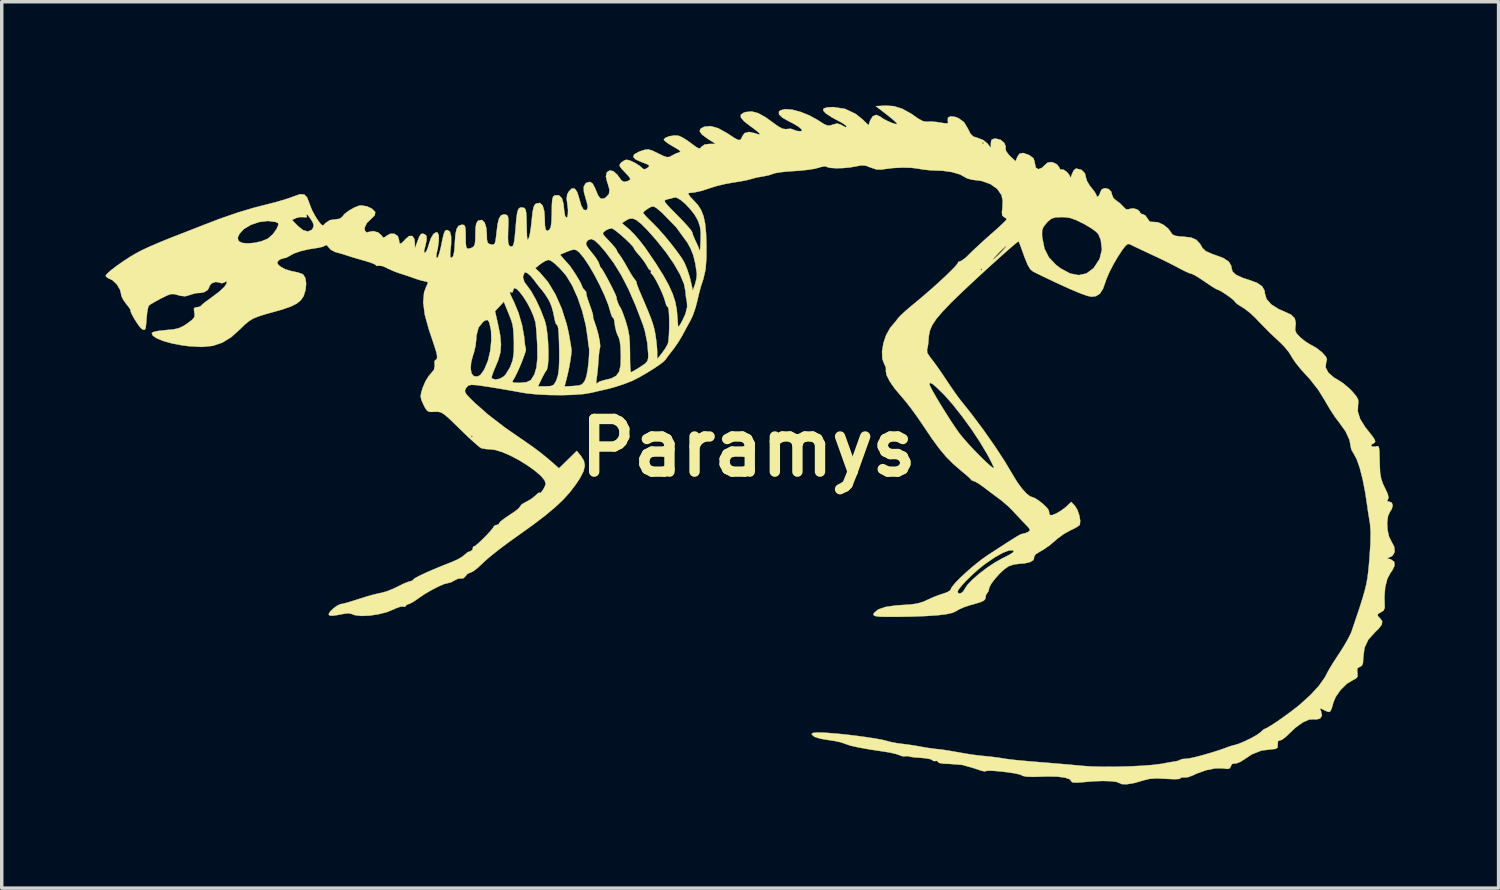
<source format=kicad_pcb>
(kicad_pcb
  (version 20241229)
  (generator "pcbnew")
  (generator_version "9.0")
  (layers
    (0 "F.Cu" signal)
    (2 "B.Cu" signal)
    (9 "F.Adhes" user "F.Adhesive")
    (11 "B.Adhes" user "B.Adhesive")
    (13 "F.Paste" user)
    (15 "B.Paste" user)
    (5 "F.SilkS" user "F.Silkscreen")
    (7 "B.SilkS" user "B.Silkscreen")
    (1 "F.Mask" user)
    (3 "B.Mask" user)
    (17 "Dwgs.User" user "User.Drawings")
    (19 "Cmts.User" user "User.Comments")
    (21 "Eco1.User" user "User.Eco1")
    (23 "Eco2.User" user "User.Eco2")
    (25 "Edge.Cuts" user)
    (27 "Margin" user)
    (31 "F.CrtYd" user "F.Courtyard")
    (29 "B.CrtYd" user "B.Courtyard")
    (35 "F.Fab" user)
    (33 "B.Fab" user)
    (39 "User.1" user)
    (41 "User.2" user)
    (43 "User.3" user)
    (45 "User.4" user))
  (footprint "Paramys"
    (layer "F.Cu")
    (at 18.598 9.901)
    (property "Reference" "Paramys" (at 0 0 0) (layer "F.SilkS") (effects (font (size 1.524 1.524) (thickness 0.3))))
    (attr through_hole)
    (fp_poly (pts (xy 4.205 -9.881) (xy 4.442 -9.807) (xy 4.702 -9.665) (xy 4.908 -9.521) (xy 5.048 -9.445) (xy 5.163 -9.429) (xy 5.166 -9.43) (xy 5.273 -9.436) (xy 5.434 -9.423) (xy 5.53 -9.408) (xy 5.682 -9.384) (xy 5.756 -9.384) (xy 5.774 -9.414) (xy 5.764 -9.456) (xy 5.769 -9.547) (xy 5.846 -9.587) (xy 5.979 -9.57) (xy 6.077 -9.532) (xy 6.232 -9.418) (xy 6.345 -9.231) (xy 6.349 -9.223) (xy 6.422 -9.079) (xy 6.501 -9.003) (xy 6.619 -8.965) (xy 6.627 -8.963) (xy 6.792 -8.899) (xy 6.91 -8.801) (xy 7.01 -8.673) (xy 7.01 -8.807) (xy 7.026 -8.903) (xy 7.094 -8.938) (xy 7.16 -8.941) (xy 7.293 -8.906) (xy 7.396 -8.819) (xy 7.441 -8.71) (xy 7.433 -8.656) (xy 7.45 -8.58) (xy 7.527 -8.476) (xy 7.566 -8.436) (xy 7.726 -8.286) (xy 7.773 -8.41) (xy 7.839 -8.507) (xy 7.942 -8.527) (xy 8.099 -8.473) (xy 8.131 -8.457) (xy 8.244 -8.371) (xy 8.28 -8.252) (xy 8.28 -8.234) (xy 8.309 -8.103) (xy 8.384 -8.056) (xy 8.489 -8.098) (xy 8.551 -8.158) (xy 8.649 -8.247) (xy 8.751 -8.263) (xy 8.809 -8.252) (xy 8.922 -8.196) (xy 8.979 -8.121) (xy 9.014 -8.054) (xy 9.04 -8.05) (xy 9.111 -8.043) (xy 9.202 -7.982) (xy 9.277 -7.896) (xy 9.301 -7.833) (xy 9.315 -7.817) (xy 9.345 -7.884) (xy 9.353 -7.912) (xy 9.408 -8.027) (xy 9.475 -8.077) (xy 9.479 -8.077) (xy 9.631 -8.038) (xy 9.73 -7.938) (xy 9.754 -7.841) (xy 9.787 -7.72) (xy 9.872 -7.578) (xy 9.906 -7.536) (xy 9.998 -7.421) (xy 10.052 -7.334) (xy 10.058 -7.313) (xy 10.08 -7.262) (xy 10.125 -7.281) (xy 10.163 -7.351) (xy 10.169 -7.378) (xy 10.219 -7.476) (xy 10.311 -7.509) (xy 10.412 -7.485) (xy 10.49 -7.409) (xy 10.516 -7.311) (xy 10.557 -7.217) (xy 10.629 -7.157) (xy 10.747 -7.069) (xy 10.836 -6.977) (xy 10.919 -6.897) (xy 10.997 -6.897) (xy 11.026 -6.91) (xy 11.129 -6.925) (xy 11.241 -6.893) (xy 11.317 -6.831) (xy 11.328 -6.795) (xy 11.37 -6.761) (xy 11.406 -6.756) (xy 11.482 -6.715) (xy 11.54 -6.63) (xy 11.607 -6.539) (xy 11.703 -6.531) (xy 11.71 -6.532) (xy 11.843 -6.522) (xy 11.998 -6.452) (xy 12.137 -6.342) (xy 12.212 -6.24) (xy 12.259 -6.172) (xy 12.336 -6.133) (xy 12.469 -6.113) (xy 12.581 -6.106) (xy 12.8 -6.081) (xy 12.95 -6.017) (xy 13.061 -5.898) (xy 13.127 -5.781) (xy 13.228 -5.685) (xy 13.429 -5.598) (xy 13.479 -5.582) (xy 13.732 -5.489) (xy 13.891 -5.383) (xy 13.963 -5.259) (xy 13.97 -5.2) (xy 14.002 -5.093) (xy 14.107 -5) (xy 14.294 -4.914) (xy 14.474 -4.856) (xy 14.71 -4.77) (xy 14.856 -4.669) (xy 14.926 -4.545) (xy 14.935 -4.46) (xy 14.984 -4.301) (xy 15.12 -4.147) (xy 15.331 -4.012) (xy 15.496 -3.941) (xy 15.692 -3.851) (xy 15.799 -3.744) (xy 15.829 -3.604) (xy 15.818 -3.51) (xy 15.81 -3.399) (xy 15.852 -3.306) (xy 15.958 -3.194) (xy 16.102 -3.077) (xy 16.251 -2.984) (xy 16.289 -2.966) (xy 16.43 -2.885) (xy 16.577 -2.769) (xy 16.604 -2.743) (xy 16.7 -2.635) (xy 16.73 -2.556) (xy 16.706 -2.469) (xy 16.706 -2.468) (xy 16.692 -2.324) (xy 16.769 -2.175) (xy 16.929 -2.034) (xy 17.038 -1.971) (xy 17.192 -1.871) (xy 17.361 -1.731) (xy 17.454 -1.638) (xy 17.572 -1.501) (xy 17.629 -1.402) (xy 17.639 -1.311) (xy 17.63 -1.251) (xy 17.622 -1.047) (xy 17.69 -0.834) (xy 17.838 -0.596) (xy 17.915 -0.499) (xy 18.044 -0.337) (xy 18.112 -0.233) (xy 18.126 -0.172) (xy 18.092 -0.134) (xy 18.06 -0.12) (xy 18.004 -0.076) (xy 18.028 -0.039) (xy 18.109 -0.031) (xy 18.136 -0.036) (xy 18.184 -0.048) (xy 18.216 -0.041) (xy 18.235 0.001) (xy 18.246 0.095) (xy 18.252 0.259) (xy 18.257 0.483) (xy 18.268 0.719) (xy 18.298 0.896) (xy 18.355 1.055) (xy 18.406 1.16) (xy 18.486 1.33) (xy 18.512 1.437) (xy 18.492 1.497) (xy 18.468 1.549) (xy 18.526 1.557) (xy 18.606 1.587) (xy 18.632 1.673) (xy 18.599 1.783) (xy 18.56 1.837) (xy 18.498 1.968) (xy 18.472 2.156) (xy 18.481 2.367) (xy 18.524 2.565) (xy 18.591 2.701) (xy 18.677 2.866) (xy 18.689 3.013) (xy 18.628 3.12) (xy 18.58 3.149) (xy 18.466 3.195) (xy 18.58 3.229) (xy 18.674 3.296) (xy 18.685 3.41) (xy 18.613 3.557) (xy 18.571 3.612) (xy 18.476 3.787) (xy 18.414 4.033) (xy 18.392 4.321) (xy 18.398 4.495) (xy 18.4 4.634) (xy 18.364 4.71) (xy 18.301 4.749) (xy 18.204 4.807) (xy 18.202 4.867) (xy 18.263 4.928) (xy 18.328 5.014) (xy 18.316 5.112) (xy 18.222 5.236) (xy 18.129 5.325) (xy 17.928 5.546) (xy 17.816 5.785) (xy 17.78 6.066) (xy 17.78 6.074) (xy 17.772 6.225) (xy 17.739 6.304) (xy 17.681 6.335) (xy 17.612 6.375) (xy 17.604 6.465) (xy 17.611 6.507) (xy 17.617 6.618) (xy 17.56 6.68) (xy 17.506 6.704) (xy 17.313 6.818) (xy 17.129 6.997) (xy 16.983 7.205) (xy 16.916 7.366) (xy 16.868 7.535) (xy 16.828 7.622) (xy 16.775 7.641) (xy 16.694 7.61) (xy 16.656 7.591) (xy 16.555 7.542) (xy 16.527 7.545) (xy 16.553 7.606) (xy 16.561 7.62) (xy 16.586 7.744) (xy 16.53 7.832) (xy 16.413 7.858) (xy 16.374 7.851) (xy 16.218 7.859) (xy 16.026 7.945) (xy 15.814 8.099) (xy 15.652 8.253) (xy 15.527 8.372) (xy 15.422 8.447) (xy 15.363 8.464) (xy 15.315 8.481) (xy 15.307 8.575) (xy 15.3 8.673) (xy 15.24 8.71) (xy 15.164 8.716) (xy 14.837 8.756) (xy 14.56 8.865) (xy 14.397 8.973) (xy 14.241 9.075) (xy 14.117 9.127) (xy 14.07 9.129) (xy 13.984 9.146) (xy 13.952 9.206) (xy 13.921 9.269) (xy 13.853 9.288) (xy 13.725 9.272) (xy 13.501 9.271) (xy 13.233 9.325) (xy 12.952 9.426) (xy 12.853 9.474) (xy 12.717 9.525) (xy 12.602 9.536) (xy 12.592 9.534) (xy 12.515 9.534) (xy 12.497 9.558) (xy 12.449 9.579) (xy 12.314 9.585) (xy 12.106 9.576) (xy 12.078 9.574) (xy 11.806 9.561) (xy 11.599 9.576) (xy 11.43 9.617) (xy 11.164 9.694) (xy 10.947 9.731) (xy 10.794 9.727) (xy 10.735 9.699) (xy 10.646 9.664) (xy 10.477 9.643) (xy 10.247 9.636) (xy 9.978 9.645) (xy 9.69 9.67) (xy 9.504 9.684) (xy 9.384 9.68) (xy 9.347 9.661) (xy 9.299 9.59) (xy 9.158 9.54) (xy 8.934 9.511) (xy 8.634 9.506) (xy 8.503 9.51) (xy 8.224 9.518) (xy 8.035 9.511) (xy 7.929 9.488) (xy 7.906 9.473) (xy 7.837 9.446) (xy 7.701 9.416) (xy 7.521 9.388) (xy 7.324 9.364) (xy 7.134 9.347) (xy 6.978 9.339) (xy 6.879 9.344) (xy 6.858 9.356) (xy 6.815 9.358) (xy 6.701 9.329) (xy 6.541 9.274) (xy 6.527 9.269) (xy 6.185 9.172) (xy 5.841 9.144) (xy 5.636 9.136) (xy 5.516 9.114) (xy 5.486 9.088) (xy 5.45 9.053) (xy 5.413 9.06) (xy 5.34 9.057) (xy 5.323 9.036) (xy 5.268 9.007) (xy 5.139 8.981) (xy 4.986 8.967) (xy 4.816 8.955) (xy 4.69 8.939) (xy 4.64 8.924) (xy 4.575 8.915) (xy 4.546 8.923) (xy 4.451 8.921) (xy 4.372 8.892) (xy 4.266 8.855) (xy 4.099 8.816) (xy 3.949 8.791) (xy 3.523 8.727) (xy 3.187 8.667) (xy 2.943 8.612) (xy 2.797 8.562) (xy 2.794 8.561) (xy 2.673 8.519) (xy 2.497 8.48) (xy 2.366 8.46) (xy 2.087 8.415) (xy 1.91 8.36) (xy 1.833 8.295) (xy 1.829 8.275) (xy 1.865 8.247) (xy 1.978 8.235) (xy 2.179 8.239) (xy 2.273 8.245) (xy 2.529 8.265) (xy 2.82 8.294) (xy 3.122 8.33) (xy 3.414 8.37) (xy 3.673 8.41) (xy 3.878 8.448) (xy 4.006 8.48) (xy 4.013 8.482) (xy 4.137 8.515) (xy 4.312 8.546) (xy 4.42 8.56) (xy 4.644 8.588) (xy 4.883 8.626) (xy 4.968 8.642) (xy 5.174 8.678) (xy 5.384 8.706) (xy 5.459 8.714) (xy 5.621 8.733) (xy 5.837 8.767) (xy 6.063 8.807) (xy 6.079 8.81) (xy 6.327 8.853) (xy 6.591 8.891) (xy 6.807 8.914) (xy 7.026 8.936) (xy 7.242 8.964) (xy 7.366 8.985) (xy 7.499 9.004) (xy 7.708 9.029) (xy 7.969 9.054) (xy 8.254 9.079) (xy 8.357 9.087) (xy 8.681 9.113) (xy 9.024 9.142) (xy 9.346 9.17) (xy 9.61 9.195) (xy 9.642 9.198) (xy 9.919 9.217) (xy 10.256 9.225) (xy 10.626 9.224) (xy 11.005 9.215) (xy 11.367 9.197) (xy 11.686 9.173) (xy 11.936 9.142) (xy 11.989 9.132) (xy 12.161 9.1) (xy 12.301 9.077) (xy 12.356 9.069) (xy 12.451 9.044) (xy 12.479 9.027) (xy 12.55 9.002) (xy 12.673 8.992) (xy 12.678 8.992) (xy 12.787 8.976) (xy 12.965 8.935) (xy 13.184 8.876) (xy 13.42 8.807) (xy 13.643 8.736) (xy 13.828 8.669) (xy 13.868 8.653) (xy 13.985 8.615) (xy 14.042 8.602) (xy 14.18 8.56) (xy 14.358 8.485) (xy 14.544 8.395) (xy 14.705 8.304) (xy 14.807 8.23) (xy 14.813 8.224) (xy 14.892 8.151) (xy 14.936 8.128) (xy 15.002 8.099) (xy 15.129 8.022) (xy 15.297 7.911) (xy 15.486 7.778) (xy 15.678 7.638) (xy 15.852 7.504) (xy 15.95 7.424) (xy 16.262 7.141) (xy 16.497 6.885) (xy 16.67 6.64) (xy 16.757 6.474) (xy 16.805 6.388) (xy 16.895 6.241) (xy 17.012 6.059) (xy 17.09 5.941) (xy 17.221 5.735) (xy 17.336 5.534) (xy 17.419 5.371) (xy 17.443 5.31) (xy 17.577 4.914) (xy 17.683 4.597) (xy 17.763 4.342) (xy 17.823 4.133) (xy 17.867 3.952) (xy 17.899 3.782) (xy 17.922 3.606) (xy 17.942 3.408) (xy 17.959 3.201) (xy 17.988 2.769) (xy 17.993 2.435) (xy 17.976 2.199) (xy 17.973 2.178) (xy 17.941 1.984) (xy 17.912 1.799) (xy 17.903 1.727) (xy 17.837 1.29) (xy 17.761 0.902) (xy 17.677 0.575) (xy 17.588 0.323) (xy 17.499 0.159) (xy 17.491 0.148) (xy 17.435 0.048) (xy 17.424 -0.004) (xy 17.382 -0.228) (xy 17.268 -0.476) (xy 17.105 -0.704) (xy 16.977 -0.873) (xy 16.832 -1.091) (xy 16.698 -1.316) (xy 16.676 -1.358) (xy 16.479 -1.675) (xy 16.237 -1.985) (xy 16.133 -2.098) (xy 15.974 -2.273) (xy 15.834 -2.446) (xy 15.735 -2.589) (xy 15.714 -2.628) (xy 15.623 -2.773) (xy 15.489 -2.934) (xy 15.401 -3.023) (xy 15.068 -3.337) (xy 14.748 -3.663) (xy 14.664 -3.753) (xy 14.512 -3.896) (xy 14.345 -4.026) (xy 14.27 -4.073) (xy 14.151 -4.147) (xy 14.08 -4.207) (xy 14.072 -4.222) (xy 14.033 -4.268) (xy 13.937 -4.346) (xy 13.812 -4.435) (xy 13.689 -4.515) (xy 13.596 -4.565) (xy 13.57 -4.572) (xy 13.513 -4.599) (xy 13.395 -4.671) (xy 13.242 -4.774) (xy 13.204 -4.8) (xy 13.043 -4.908) (xy 12.91 -4.989) (xy 12.83 -5.027) (xy 12.822 -5.029) (xy 12.749 -5.051) (xy 12.62 -5.109) (xy 12.517 -5.161) (xy 12.332 -5.259) (xy 12.178 -5.338) (xy 12.026 -5.414) (xy 11.846 -5.5) (xy 11.608 -5.611) (xy 11.557 -5.635) (xy 11.353 -5.731) (xy 11.178 -5.814) (xy 11.056 -5.873) (xy 11.02 -5.891) (xy 10.97 -5.893) (xy 10.905 -5.843) (xy 10.815 -5.727) (xy 10.689 -5.535) (xy 10.677 -5.517) (xy 10.549 -5.298) (xy 10.435 -5.074) (xy 10.352 -4.881) (xy 10.333 -4.823) (xy 10.252 -4.596) (xy 10.162 -4.456) (xy 10.048 -4.385) (xy 9.924 -4.369) (xy 9.801 -4.394) (xy 9.591 -4.469) (xy 9.295 -4.594) (xy 8.914 -4.767) (xy 8.45 -4.989) (xy 8.233 -5.096) (xy 8.152 -5.163) (xy 8.074 -5.293) (xy 7.988 -5.502) (xy 7.969 -5.556) (xy 7.903 -5.741) (xy 7.849 -5.884) (xy 7.818 -5.962) (xy 7.813 -5.97) (xy 7.771 -5.944) (xy 7.666 -5.859) (xy 7.511 -5.725) (xy 7.316 -5.552) (xy 7.094 -5.352) (xy 6.855 -5.135) (xy 6.611 -4.911) (xy 6.375 -4.691) (xy 6.157 -4.485) (xy 5.968 -4.304) (xy 5.835 -4.172) (xy 5.598 -3.922) (xy 5.428 -3.721) (xy 5.314 -3.549) (xy 5.247 -3.391) (xy 5.215 -3.229) (xy 5.209 -3.152) (xy 5.196 -2.994) (xy 5.173 -2.87) (xy 5.163 -2.841) (xy 5.172 -2.742) (xy 5.258 -2.613) (xy 5.342 -2.507) (xy 5.462 -2.342) (xy 5.599 -2.143) (xy 5.69 -2.007) (xy 5.829 -1.8) (xy 5.961 -1.609) (xy 6.068 -1.46) (xy 6.116 -1.397) (xy 6.463 -0.961) (xy 6.804 -0.504) (xy 7.123 -0.049) (xy 7.404 0.381) (xy 7.632 0.762) (xy 7.645 0.785) (xy 7.774 0.995) (xy 7.911 1.182) (xy 8.042 1.326) (xy 8.15 1.409) (xy 8.194 1.422) (xy 8.28 1.454) (xy 8.401 1.532) (xy 8.529 1.634) (xy 8.633 1.735) (xy 8.685 1.813) (xy 8.687 1.823) (xy 8.703 1.917) (xy 8.719 1.945) (xy 8.785 1.947) (xy 8.902 1.899) (xy 9.042 1.817) (xy 9.177 1.715) (xy 9.202 1.692) (xy 9.336 1.567) (xy 9.44 1.678) (xy 9.512 1.794) (xy 9.566 1.95) (xy 9.594 2.106) (xy 9.584 2.219) (xy 9.578 2.232) (xy 9.516 2.281) (xy 9.393 2.348) (xy 9.307 2.389) (xy 9.124 2.49) (xy 8.936 2.627) (xy 8.865 2.69) (xy 8.702 2.827) (xy 8.523 2.95) (xy 8.447 2.992) (xy 8.305 3.079) (xy 8.258 3.154) (xy 8.262 3.174) (xy 8.243 3.246) (xy 8.144 3.305) (xy 7.986 3.343) (xy 7.843 3.353) (xy 7.673 3.375) (xy 7.522 3.427) (xy 7.4 3.512) (xy 7.262 3.641) (xy 7.129 3.789) (xy 7.022 3.93) (xy 6.964 4.041) (xy 6.96 4.068) (xy 6.935 4.162) (xy 6.909 4.191) (xy 6.865 4.263) (xy 6.858 4.316) (xy 6.847 4.374) (xy 6.803 4.421) (xy 6.706 4.465) (xy 6.54 4.516) (xy 6.408 4.552) (xy 6.23 4.611) (xy 6.075 4.681) (xy 6.015 4.719) (xy 5.909 4.77) (xy 5.731 4.811) (xy 5.475 4.843) (xy 5.133 4.866) (xy 4.701 4.882) (xy 4.306 4.888) (xy 4.016 4.889) (xy 3.814 4.885) (xy 3.689 4.872) (xy 3.627 4.849) (xy 3.615 4.813) (xy 3.63 4.778) (xy 3.751 4.676) (xy 3.968 4.602) (xy 4.279 4.558) (xy 4.441 4.548) (xy 4.704 4.531) (xy 4.898 4.501) (xy 5.057 4.452) (xy 5.165 4.403) (xy 5.355 4.317) (xy 5.551 4.243) (xy 5.627 4.22) (xy 5.757 4.173) (xy 5.773 4.163) (xy 6.045 4.163) (xy 6.076 4.215) (xy 6.144 4.207) (xy 6.215 4.15) (xy 6.245 4.097) (xy 6.326 3.972) (xy 6.476 3.814) (xy 6.675 3.64) (xy 6.902 3.467) (xy 7.139 3.31) (xy 7.338 3.2) (xy 7.531 3.102) (xy 7.639 3.035) (xy 7.675 2.992) (xy 7.648 2.966) (xy 7.532 2.969) (xy 7.354 3.038) (xy 7.126 3.166) (xy 6.858 3.349) (xy 6.806 3.388) (xy 6.638 3.523) (xy 6.463 3.681) (xy 6.299 3.841) (xy 6.164 3.988) (xy 6.073 4.103) (xy 6.045 4.163) (xy 5.773 4.163) (xy 5.834 4.125) (xy 5.842 4.108) (xy 5.88 4.03) (xy 5.984 3.904) (xy 6.137 3.748) (xy 6.325 3.574) (xy 6.531 3.398) (xy 6.739 3.233) (xy 6.934 3.096) (xy 7.241 2.897) (xy 7.473 2.747) (xy 7.643 2.639) (xy 7.761 2.566) (xy 7.839 2.521) (xy 7.887 2.498) (xy 7.916 2.49) (xy 7.928 2.489) (xy 8.014 2.467) (xy 8.081 2.437) (xy 8.132 2.401) (xy 8.134 2.357) (xy 8.078 2.282) (xy 7.988 2.189) (xy 7.842 2.036) (xy 7.694 1.878) (xy 7.644 1.823) (xy 7.508 1.688) (xy 7.34 1.544) (xy 7.263 1.484) (xy 7.081 1.349) (xy 6.883 1.2) (xy 6.807 1.142) (xy 6.672 1.045) (xy 6.564 0.981) (xy 6.519 0.966) (xy 6.45 0.937) (xy 6.443 0.926) (xy 6.398 0.876) (xy 6.294 0.783) (xy 6.153 0.666) (xy 6.136 0.652) (xy 5.918 0.463) (xy 5.718 0.262) (xy 5.521 0.027) (xy 5.311 -0.258) (xy 5.071 -0.615) (xy 5.062 -0.627) (xy 4.894 -0.875) (xy 4.714 -1.124) (xy 4.543 -1.344) (xy 4.411 -1.499) (xy 4.225 -1.719) (xy 4.142 -1.839) (xy 5.232 -1.839) (xy 5.259 -1.77) (xy 5.33 -1.635) (xy 5.435 -1.451) (xy 5.564 -1.236) (xy 5.705 -1.009) (xy 5.847 -0.787) (xy 5.979 -0.588) (xy 6.09 -0.431) (xy 6.108 -0.406) (xy 6.225 -0.264) (xy 6.373 -0.096) (xy 6.538 0.08) (xy 6.706 0.251) (xy 6.861 0.402) (xy 6.988 0.517) (xy 7.072 0.582) (xy 7.099 0.589) (xy 7.084 0.54) (xy 7.029 0.423) (xy 6.944 0.259) (xy 6.896 0.171) (xy 6.691 -0.172) (xy 6.446 -0.541) (xy 6.18 -0.907) (xy 5.915 -1.243) (xy 5.671 -1.52) (xy 5.635 -1.557) (xy 5.454 -1.735) (xy 5.332 -1.84) (xy 5.261 -1.878) (xy 5.233 -1.852) (xy 5.232 -1.839) (xy 4.142 -1.839) (xy 4.083 -1.925) (xy 3.995 -2.099) (xy 3.971 -2.226) (xy 3.977 -2.25) (xy 3.969 -2.339) (xy 3.931 -2.412) (xy 3.871 -2.57) (xy 3.863 -2.783) (xy 3.901 -3.022) (xy 3.98 -3.258) (xy 4.095 -3.463) (xy 4.151 -3.531) (xy 4.255 -3.654) (xy 4.321 -3.741) (xy 4.392 -3.819) (xy 4.521 -3.94) (xy 4.688 -4.085) (xy 4.802 -4.178) (xy 5.021 -4.361) (xy 5.248 -4.557) (xy 5.469 -4.754) (xy 5.672 -4.941) (xy 5.844 -5.107) (xy 5.892 -5.156) (xy 6.706 -5.156) (xy 6.731 -5.131) (xy 6.756 -5.156) (xy 6.731 -5.182) (xy 6.706 -5.156) (xy 5.892 -5.156) (xy 5.973 -5.239) (xy 6.047 -5.326) (xy 6.058 -5.355) (xy 6.071 -5.381) (xy 6.105 -5.385) (xy 6.181 -5.42) (xy 6.202 -5.436) (xy 7.066 -5.436) (xy 7.112 -5.469) (xy 7.206 -5.555) (xy 7.29 -5.639) (xy 7.393 -5.749) (xy 7.455 -5.822) (xy 7.463 -5.842) (xy 7.416 -5.809) (xy 7.323 -5.723) (xy 7.239 -5.639) (xy 7.136 -5.529) (xy 7.074 -5.455) (xy 7.066 -5.436) (xy 6.202 -5.436) (xy 6.293 -5.508) (xy 6.361 -5.575) (xy 6.473 -5.686) (xy 6.638 -5.841) (xy 6.833 -6.019) (xy 6.99 -6.158) (xy 8.49 -6.158) (xy 8.498 -6.068) (xy 8.561 -5.758) (xy 8.689 -5.506) (xy 8.895 -5.289) (xy 9.032 -5.186) (xy 9.302 -5.041) (xy 9.551 -4.993) (xy 9.775 -5.042) (xy 9.971 -5.187) (xy 9.989 -5.207) (xy 10.155 -5.462) (xy 10.222 -5.732) (xy 10.189 -6.008) (xy 10.117 -6.183) (xy 10.048 -6.253) (xy 9.914 -6.35) (xy 9.739 -6.454) (xy 9.692 -6.48) (xy 9.478 -6.585) (xy 9.312 -6.645) (xy 9.157 -6.669) (xy 9.046 -6.672) (xy 8.875 -6.663) (xy 8.763 -6.628) (xy 8.668 -6.552) (xy 8.62 -6.501) (xy 8.532 -6.391) (xy 8.493 -6.291) (xy 8.49 -6.158) (xy 6.99 -6.158) (xy 7.004 -6.17) (xy 7.183 -6.329) (xy 7.33 -6.464) (xy 7.43 -6.562) (xy 7.468 -6.609) (xy 7.468 -6.609) (xy 7.427 -6.655) (xy 7.388 -6.674) (xy 7.341 -6.715) (xy 7.329 -6.805) (xy 7.343 -6.935) (xy 7.351 -7.156) (xy 7.316 -7.312) (xy 7.193 -7.489) (xy 6.996 -7.628) (xy 6.752 -7.715) (xy 6.622 -7.733) (xy 6.457 -7.755) (xy 6.328 -7.79) (xy 6.287 -7.812) (xy 6.12 -7.905) (xy 5.885 -7.974) (xy 5.615 -8.012) (xy 5.48 -8.017) (xy 5.259 -8.026) (xy 5.037 -8.05) (xy 4.916 -8.072) (xy 4.716 -8.098) (xy 4.457 -8.104) (xy 4.18 -8.091) (xy 3.926 -8.06) (xy 3.853 -8.046) (xy 3.702 -8.05) (xy 3.531 -8.106) (xy 3.39 -8.16) (xy 3.261 -8.168) (xy 3.106 -8.139) (xy 2.929 -8.108) (xy 2.729 -8.09) (xy 2.535 -8.086) (xy 2.374 -8.095) (xy 2.275 -8.118) (xy 2.259 -8.131) (xy 2.198 -8.143) (xy 2.082 -8.118) (xy 2.042 -8.104) (xy 1.91 -8.07) (xy 1.709 -8.039) (xy 1.472 -8.014) (xy 1.333 -8.005) (xy 1.104 -7.989) (xy 0.904 -7.967) (xy 0.763 -7.942) (xy 0.714 -7.926) (xy 0.6 -7.886) (xy 0.444 -7.853) (xy 0.412 -7.848) (xy 0.246 -7.819) (xy 0.102 -7.782) (xy 0.085 -7.776) (xy -0.025 -7.746) (xy -0.2 -7.711) (xy -0.405 -7.678) (xy -0.426 -7.675) (xy -0.667 -7.632) (xy -0.916 -7.573) (xy -1.105 -7.514) (xy -1.358 -7.431) (xy -1.566 -7.386) (xy -1.727 -7.37) (xy -1.739 -7.337) (xy -1.678 -7.251) (xy -1.59 -7.16) (xy -1.464 -7.022) (xy -1.369 -6.873) (xy -1.3 -6.697) (xy -1.254 -6.478) (xy -1.227 -6.203) (xy -1.216 -5.854) (xy -1.217 -5.486) (xy -1.241 -5.166) (xy -1.303 -4.891) (xy -1.317 -4.849) (xy -1.381 -4.653) (xy -1.443 -4.418) (xy -1.477 -4.265) (xy -1.533 -4.048) (xy -1.609 -3.832) (xy -1.666 -3.708) (xy -1.772 -3.514) (xy -1.883 -3.308) (xy -1.913 -3.251) (xy -2.023 -3.067) (xy -2.155 -2.875) (xy -2.206 -2.81) (xy -2.305 -2.683) (xy -2.375 -2.587) (xy -2.395 -2.556) (xy -2.454 -2.494) (xy -2.58 -2.398) (xy -2.752 -2.283) (xy -2.949 -2.161) (xy -3.148 -2.046) (xy -3.327 -1.954) (xy -3.365 -1.936) (xy -3.592 -1.847) (xy -3.857 -1.76) (xy -4.068 -1.703) (xy -4.265 -1.658) (xy -4.434 -1.619) (xy -4.54 -1.593) (xy -4.547 -1.592) (xy -4.767 -1.555) (xy -5.061 -1.532) (xy -5.4 -1.522) (xy -5.755 -1.526) (xy -6.1 -1.543) (xy -6.406 -1.574) (xy -6.553 -1.597) (xy -6.853 -1.651) (xy -7.161 -1.705) (xy -7.449 -1.752) (xy -7.693 -1.789) (xy -7.866 -1.812) (xy -7.874 -1.813) (xy -8.023 -1.821) (xy -8.109 -1.797) (xy -8.168 -1.729) (xy -8.171 -1.724) (xy -8.199 -1.665) (xy -8.195 -1.608) (xy -8.148 -1.534) (xy -8.047 -1.426) (xy -7.914 -1.297) (xy -7.521 -0.951) (xy -7.032 -0.576) (xy -6.459 -0.181) (xy -6.237 -0.026) (xy -6 0.152) (xy -5.798 0.317) (xy -5.783 0.329) (xy -5.48 0.593) (xy -5.223 0.342) (xy -4.966 0.09) (xy -4.847 0.236) (xy -4.76 0.375) (xy -4.734 0.518) (xy -4.773 0.683) (xy -4.88 0.888) (xy -4.999 1.067) (xy -5.166 1.285) (xy -5.36 1.5) (xy -5.594 1.721) (xy -5.878 1.958) (xy -6.227 2.224) (xy -6.65 2.527) (xy -6.7 2.562) (xy -6.962 2.75) (xy -7.216 2.941) (xy -7.44 3.119) (xy -7.614 3.267) (xy -7.687 3.336) (xy -7.827 3.468) (xy -7.95 3.564) (xy -8.032 3.606) (xy -8.037 3.606) (xy -8.129 3.647) (xy -8.178 3.707) (xy -8.249 3.776) (xy -8.304 3.778) (xy -8.397 3.784) (xy -8.493 3.831) (xy -8.607 3.892) (xy -8.688 3.912) (xy -8.796 3.938) (xy -8.96 4.008) (xy -9.155 4.108) (xy -9.354 4.223) (xy -9.53 4.341) (xy -9.545 4.353) (xy -9.681 4.447) (xy -9.793 4.508) (xy -9.837 4.521) (xy -9.9 4.55) (xy -9.906 4.57) (xy -9.943 4.599) (xy -9.98 4.591) (xy -10.068 4.596) (xy -10.199 4.642) (xy -10.247 4.666) (xy -10.454 4.751) (xy -10.7 4.814) (xy -10.956 4.853) (xy -11.193 4.863) (xy -11.384 4.841) (xy -11.47 4.808) (xy -11.564 4.787) (xy -11.673 4.796) (xy -11.896 4.839) (xy -12.037 4.857) (xy -12.113 4.852) (xy -12.14 4.823) (xy -12.141 4.811) (xy -12.103 4.741) (xy -12.01 4.65) (xy -11.899 4.568) (xy -11.805 4.523) (xy -11.789 4.521) (xy -11.714 4.507) (xy -11.58 4.47) (xy -11.495 4.445) (xy -11.291 4.38) (xy -11.079 4.314) (xy -11.024 4.296) (xy -10.837 4.244) (xy -10.652 4.201) (xy -10.609 4.193) (xy -10.461 4.152) (xy -10.274 4.077) (xy -10.14 4.012) (xy -9.979 3.932) (xy -9.846 3.878) (xy -9.78 3.861) (xy -9.712 3.837) (xy -9.703 3.817) (xy -9.658 3.778) (xy -9.533 3.71) (xy -9.344 3.62) (xy -9.106 3.516) (xy -8.833 3.403) (xy -8.582 3.304) (xy -8.413 3.229) (xy -8.274 3.147) (xy -8.214 3.097) (xy -8.121 3.02) (xy -8.052 2.997) (xy -7.987 2.956) (xy -7.976 2.913) (xy -7.962 2.855) (xy -7.947 2.857) (xy -7.903 2.836) (xy -7.811 2.76) (xy -7.694 2.649) (xy -7.57 2.524) (xy -7.461 2.405) (xy -7.387 2.313) (xy -7.367 2.273) (xy -7.325 2.239) (xy -7.29 2.235) (xy -7.222 2.208) (xy -7.214 2.185) (xy -7.174 2.134) (xy -7.068 2.05) (xy -6.92 1.95) (xy -6.909 1.943) (xy -6.758 1.842) (xy -6.649 1.754) (xy -6.604 1.697) (xy -6.604 1.695) (xy -6.562 1.639) (xy -6.459 1.578) (xy -6.445 1.572) (xy -6.291 1.486) (xy -6.166 1.386) (xy -6.086 1.314) (xy -6.046 1.294) (xy -6.045 1.297) (xy -6.025 1.313) (xy -5.978 1.265) (xy -5.923 1.183) (xy -5.879 1.091) (xy -5.865 1.039) (xy -5.899 0.936) (xy -6.011 0.805) (xy -6.182 0.659) (xy -6.395 0.507) (xy -6.632 0.36) (xy -6.877 0.23) (xy -7.112 0.128) (xy -7.319 0.064) (xy -7.442 0.047) (xy -7.596 0.036) (xy -7.718 0.014) (xy -7.734 0.009) (xy -7.8 -0.038) (xy -7.923 -0.144) (xy -8.086 -0.293) (xy -8.125 -0.33) (xy -8.026 -0.33) (xy -8.001 -0.305) (xy -7.976 -0.33) (xy -8.001 -0.356) (xy -8.026 -0.33) (xy -8.125 -0.33) (xy -8.274 -0.472) (xy -8.343 -0.54) (xy -8.549 -0.741) (xy -8.697 -0.881) (xy -8.806 -0.97) (xy -8.889 -1.02) (xy -8.962 -1.04) (xy -9.042 -1.042) (xy -9.079 -1.04) (xy -9.21 -1.038) (xy -9.289 -1.067) (xy -9.351 -1.151) (xy -9.4 -1.249) (xy -9.46 -1.383) (xy -9.482 -1.481) (xy -9.467 -1.59) (xy -9.421 -1.739) (xy -9.345 -1.919) (xy -9.287 -2.013) (xy -7.431 -2.013) (xy -7.429 -2.01) (xy -7.328 -1.973) (xy -7.195 -1.996) (xy -7.071 -2.068) (xy -7.023 -2.121) (xy -6.896 -2.33) (xy -6.821 -2.529) (xy -6.787 -2.755) (xy -6.785 -3.043) (xy -6.785 -3.048) (xy -6.794 -3.279) (xy -6.806 -3.441) (xy -6.825 -3.565) (xy -6.86 -3.683) (xy -6.915 -3.827) (xy -6.956 -3.928) (xy -7.076 -4.224) (xy -7.204 -4.087) (xy -7.331 -3.95) (xy -7.248 -3.588) (xy -7.182 -3.257) (xy -7.158 -2.992) (xy -7.175 -2.762) (xy -7.236 -2.54) (xy -7.303 -2.379) (xy -7.374 -2.211) (xy -7.42 -2.08) (xy -7.431 -2.013) (xy -9.287 -2.013) (xy -9.247 -2.078) (xy -9.194 -2.138) (xy -9.096 -2.257) (xy -9.089 -2.294) (xy -8.036 -2.294) (xy -8.011 -2.151) (xy -7.947 -2.074) (xy -7.932 -2.069) (xy -7.833 -2.062) (xy -7.755 -2.106) (xy -7.672 -2.218) (xy -7.634 -2.282) (xy -7.536 -2.517) (xy -7.469 -2.804) (xy -7.438 -3.108) (xy -7.446 -3.393) (xy -7.496 -3.623) (xy -7.497 -3.624) (xy -7.542 -3.696) (xy -7.61 -3.688) (xy -7.675 -3.643) (xy -7.808 -3.478) (xy -7.869 -3.241) (xy -7.874 -3.14) (xy -7.894 -2.954) (xy -7.942 -2.748) (xy -7.966 -2.68) (xy -8.021 -2.478) (xy -8.036 -2.294) (xy -9.089 -2.294) (xy -9.075 -2.373) (xy -9.079 -2.405) (xy -9.081 -2.51) (xy -9.047 -2.54) (xy -9.008 -2.582) (xy -9.007 -2.654) (xy -9.016 -2.706) (xy -9.026 -2.753) (xy -9.043 -2.814) (xy -9.072 -2.907) (xy -9.119 -3.05) (xy -9.19 -3.261) (xy -9.244 -3.422) (xy -9.362 -3.848) (xy -9.408 -4.206) (xy -9.385 -4.473) (xy -6.9 -4.473) (xy -6.857 -4.37) (xy -6.781 -4.214) (xy -6.653 -3.905) (xy -6.55 -3.552) (xy -6.488 -3.208) (xy -6.48 -3.119) (xy -6.465 -2.976) (xy -6.445 -2.881) (xy -6.437 -2.864) (xy -6.442 -2.808) (xy -6.481 -2.685) (xy -6.542 -2.521) (xy -6.615 -2.341) (xy -6.692 -2.171) (xy -6.76 -2.036) (xy -6.785 -1.994) (xy -6.825 -1.926) (xy -6.815 -1.892) (xy -6.736 -1.881) (xy -6.613 -1.88) (xy -6.417 -1.898) (xy -6.3 -1.956) (xy -6.288 -1.968) (xy -6.192 -2.122) (xy -6.132 -2.329) (xy -6.105 -2.604) (xy -6.109 -2.961) (xy -6.111 -2.991) (xy -6.124 -3.226) (xy -6.139 -3.43) (xy -6.154 -3.579) (xy -6.163 -3.635) (xy -6.221 -3.818) (xy -6.304 -4.009) (xy -6.403 -4.195) (xy -6.509 -4.363) (xy -6.612 -4.499) (xy -6.701 -4.59) (xy -6.769 -4.621) (xy -6.804 -4.58) (xy -6.807 -4.544) (xy -6.832 -4.491) (xy -6.858 -4.496) (xy -6.899 -4.51) (xy -6.9 -4.473) (xy -9.385 -4.473) (xy -9.383 -4.495) (xy -9.326 -4.648) (xy -9.277 -4.752) (xy -9.283 -4.797) (xy -9.35 -4.814) (xy -9.36 -4.815) (xy -9.485 -4.844) (xy -9.638 -4.893) (xy -9.652 -4.899) (xy -9.773 -4.942) (xy -6.525 -4.942) (xy -6.482 -4.794) (xy -6.411 -4.699) (xy -6.289 -4.533) (xy -6.155 -4.295) (xy -6.02 -4.008) (xy -5.899 -3.698) (xy -5.89 -3.673) (xy -5.849 -3.509) (xy -5.818 -3.293) (xy -5.797 -3.049) (xy -5.787 -2.801) (xy -5.788 -2.572) (xy -5.802 -2.385) (xy -5.829 -2.264) (xy -5.848 -2.235) (xy -5.887 -2.178) (xy -5.95 -2.061) (xy -5.983 -1.994) (xy -6.087 -1.778) (xy -5.86 -1.778) (xy -5.716 -1.785) (xy -5.634 -1.822) (xy -5.576 -1.912) (xy -5.551 -1.968) (xy -5.509 -2.101) (xy -5.484 -2.278) (xy -5.474 -2.522) (xy -5.473 -2.718) (xy -5.479 -3.047) (xy -5.488 -3.285) (xy -5.501 -3.442) (xy -5.519 -3.529) (xy -5.544 -3.556) (xy -5.544 -3.556) (xy -5.576 -3.6) (xy -5.603 -3.696) (xy -5.65 -3.926) (xy -5.695 -4.09) (xy -5.749 -4.219) (xy -5.803 -4.317) (xy -5.893 -4.455) (xy -5.977 -4.566) (xy -5.991 -4.581) (xy -6.071 -4.677) (xy -6.172 -4.81) (xy -6.198 -4.846) (xy -6.304 -4.974) (xy -6.401 -5.057) (xy -6.469 -5.075) (xy -6.478 -5.068) (xy -6.525 -4.942) (xy -9.773 -4.942) (xy -9.818 -4.958) (xy -10.009 -5.02) (xy -10.058 -5.035) (xy -10.241 -5.099) (xy -10.414 -5.177) (xy -10.448 -5.195) (xy -6.167 -5.195) (xy -6.038 -5.074) (xy -5.802 -4.798) (xy -5.586 -4.442) (xy -5.402 -4.026) (xy -5.258 -3.572) (xy -5.206 -3.347) (xy -5.176 -3.188) (xy -5.148 -3.022) (xy -5.126 -2.885) (xy -5.118 -2.819) (xy -5.127 -2.7) (xy -5.153 -2.517) (xy -5.191 -2.305) (xy -5.236 -2.099) (xy -5.251 -2.041) (xy -5.32 -1.773) (xy -5.06 -1.788) (xy -4.903 -1.803) (xy -4.811 -1.838) (xy -4.75 -1.913) (xy -4.715 -1.981) (xy -4.68 -2.097) (xy -4.649 -2.275) (xy -4.624 -2.483) (xy -4.61 -2.686) (xy -4.608 -2.854) (xy -4.621 -2.946) (xy -4.632 -3.009) (xy -4.645 -3.13) (xy -4.647 -3.15) (xy -4.706 -3.543) (xy -4.807 -3.948) (xy -4.94 -4.338) (xy -5.096 -4.687) (xy -5.265 -4.966) (xy -5.305 -5.018) (xy -5.458 -5.191) (xy -5.603 -5.329) (xy -5.722 -5.415) (xy -5.78 -5.435) (xy -5.876 -5.405) (xy -5.997 -5.33) (xy -6.017 -5.315) (xy -6.167 -5.195) (xy -10.448 -5.195) (xy -10.453 -5.198) (xy -10.58 -5.254) (xy -10.681 -5.268) (xy -10.694 -5.265) (xy -10.759 -5.26) (xy -10.77 -5.277) (xy -10.815 -5.31) (xy -10.932 -5.357) (xy -11.087 -5.405) (xy -11.281 -5.46) (xy -11.458 -5.513) (xy -11.557 -5.544) (xy -11.68 -5.584) (xy -11.76 -5.609) (xy -11.844 -5.632) (xy -11.952 -5.662) (xy -12.076 -5.726) (xy -12.148 -5.804) (xy -12.202 -5.865) (xy -12.236 -5.855) (xy -12.302 -5.818) (xy -12.432 -5.787) (xy -12.497 -5.777) (xy -12.738 -5.739) (xy -12.967 -5.683) (xy -13.154 -5.617) (xy -13.263 -5.555) (xy -13.371 -5.497) (xy -13.432 -5.486) (xy -13.541 -5.452) (xy -13.593 -5.414) (xy -13.632 -5.355) (xy -13.602 -5.297) (xy -13.535 -5.239) (xy -13.4 -5.165) (xy -13.226 -5.111) (xy -13.181 -5.103) (xy -13.025 -5.069) (xy -12.902 -5.024) (xy -12.877 -5.01) (xy -12.817 -4.91) (xy -12.794 -4.752) (xy -12.81 -4.569) (xy -12.864 -4.396) (xy -12.873 -4.378) (xy -12.951 -4.265) (xy -13.067 -4.17) (xy -13.238 -4.085) (xy -13.48 -4.001) (xy -13.713 -3.935) (xy -13.986 -3.859) (xy -14.185 -3.796) (xy -14.333 -3.734) (xy -14.453 -3.659) (xy -14.571 -3.56) (xy -14.706 -3.428) (xy -14.962 -3.199) (xy -15.217 -3.042) (xy -15.492 -2.949) (xy -15.807 -2.917) (xy -16.182 -2.938) (xy -16.389 -2.965) (xy -16.677 -3.02) (xy -16.923 -3.089) (xy -17.111 -3.165) (xy -17.228 -3.243) (xy -17.259 -3.317) (xy -17.257 -3.321) (xy -17.2 -3.353) (xy -17.065 -3.381) (xy -16.875 -3.402) (xy -16.852 -3.404) (xy -16.635 -3.424) (xy -16.48 -3.458) (xy -16.348 -3.519) (xy -16.23 -3.596) (xy -16.096 -3.697) (xy -16.031 -3.771) (xy -16.017 -3.848) (xy -16.028 -3.913) (xy -16.041 -4.02) (xy -16.006 -4.06) (xy -15.959 -4.064) (xy -15.869 -4.081) (xy -15.841 -4.102) (xy -15.793 -4.15) (xy -15.687 -4.234) (xy -15.579 -4.311) (xy -15.326 -4.5) (xy -15.163 -4.648) (xy -15.091 -4.756) (xy -15.088 -4.778) (xy -15.103 -4.819) (xy -15.146 -4.788) (xy -15.236 -4.757) (xy -15.299 -4.779) (xy -15.413 -4.798) (xy -15.524 -4.759) (xy -15.591 -4.679) (xy -15.596 -4.648) (xy -15.639 -4.566) (xy -15.743 -4.501) (xy -15.865 -4.477) (xy -15.89 -4.479) (xy -15.994 -4.47) (xy -16.131 -4.429) (xy -16.144 -4.424) (xy -16.289 -4.382) (xy -16.428 -4.395) (xy -16.5 -4.416) (xy -16.609 -4.446) (xy -16.702 -4.445) (xy -16.813 -4.408) (xy -16.976 -4.327) (xy -16.993 -4.319) (xy -17.154 -4.231) (xy -17.28 -4.158) (xy -17.342 -4.115) (xy -17.368 -4.045) (xy -17.393 -3.905) (xy -17.409 -3.751) (xy -17.423 -3.565) (xy -17.437 -3.46) (xy -17.46 -3.417) (xy -17.499 -3.417) (xy -17.538 -3.431) (xy -17.593 -3.482) (xy -17.672 -3.588) (xy -17.756 -3.72) (xy -17.828 -3.848) (xy -17.87 -3.944) (xy -17.871 -3.977) (xy -17.891 -4.022) (xy -17.96 -4.115) (xy -17.996 -4.16) (xy -18.083 -4.281) (xy -18.132 -4.381) (xy -18.136 -4.403) (xy -18.173 -4.564) (xy -18.267 -4.724) (xy -18.389 -4.843) (xy -18.445 -4.871) (xy -18.548 -4.921) (xy -18.593 -4.971) (xy -18.593 -4.972) (xy -18.552 -5.033) (xy -18.442 -5.131) (xy -18.282 -5.255) (xy -18.09 -5.39) (xy -17.886 -5.523) (xy -17.687 -5.64) (xy -17.551 -5.711) (xy -17.338 -5.81) (xy -17.075 -5.924) (xy -16.807 -6.034) (xy -16.713 -6.071) (xy -16.687 -6.082) (xy -14.771 -6.082) (xy -14.76 -6.007) (xy -14.734 -5.971) (xy -14.638 -5.925) (xy -14.478 -5.911) (xy -14.285 -5.928) (xy -14.09 -5.972) (xy -13.922 -6.039) (xy -13.885 -6.062) (xy -13.753 -6.181) (xy -13.65 -6.325) (xy -13.646 -6.333) (xy -13.599 -6.443) (xy -13.603 -6.497) (xy -13.664 -6.527) (xy -13.678 -6.532) (xy -13.902 -6.561) (xy -14.15 -6.53) (xy -14.392 -6.448) (xy -14.596 -6.326) (xy -14.721 -6.189) (xy -14.771 -6.082) (xy -16.687 -6.082) (xy -16.439 -6.178) (xy -16.134 -6.297) (xy -15.853 -6.407) (xy -15.781 -6.436) (xy -15.376 -6.59) (xy -13.203 -6.59) (xy -13.04 -6.421) (xy -12.884 -6.296) (xy -12.745 -6.255) (xy -12.635 -6.3) (xy -12.598 -6.35) (xy -12.575 -6.433) (xy -12.606 -6.529) (xy -12.679 -6.642) (xy -12.75 -6.734) (xy -12.784 -6.759) (xy -12.781 -6.738) (xy -12.774 -6.669) (xy -12.835 -6.665) (xy -12.857 -6.671) (xy -12.987 -6.672) (xy -13.084 -6.644) (xy -13.203 -6.59) (xy -15.376 -6.59) (xy -15.236 -6.643) (xy -14.753 -6.809) (xy -14.304 -6.943) (xy -13.944 -7.035) (xy -13.691 -7.099) (xy -13.446 -7.17) (xy -13.243 -7.236) (xy -13.155 -7.27) (xy -12.974 -7.333) (xy -12.851 -7.328) (xy -12.767 -7.243) (xy -12.699 -7.069) (xy -12.691 -7.042) (xy -12.623 -6.871) (xy -12.522 -6.684) (xy -12.476 -6.613) (xy -12.385 -6.487) (xy -12.329 -6.434) (xy -12.286 -6.443) (xy -12.236 -6.498) (xy -12.106 -6.585) (xy -11.966 -6.604) (xy -11.825 -6.624) (xy -11.755 -6.676) (xy -11.755 -6.676) (xy -11.684 -6.763) (xy -11.554 -6.861) (xy -11.4 -6.948) (xy -11.259 -7.003) (xy -11.205 -7.01) (xy -11.038 -6.984) (xy -10.891 -6.916) (xy -10.8 -6.826) (xy -10.795 -6.814) (xy -10.811 -6.722) (xy -10.895 -6.639) (xy -11.039 -6.5) (xy -11.103 -6.363) (xy -11.094 -6.278) (xy -11.039 -6.226) (xy -10.988 -6.241) (xy -10.855 -6.267) (xy -10.713 -6.229) (xy -10.614 -6.142) (xy -10.613 -6.139) (xy -10.564 -6.074) (xy -10.51 -6.096) (xy -10.484 -6.12) (xy -10.363 -6.19) (xy -10.239 -6.188) (xy -10.143 -6.123) (xy -10.109 -6.014) (xy -10.095 -5.916) (xy -10.049 -5.906) (xy -9.964 -5.986) (xy -9.929 -6.028) (xy -9.816 -6.125) (xy -9.722 -6.126) (xy -9.663 -6.036) (xy -9.65 -5.932) (xy -9.648 -5.766) (xy -9.578 -5.96) (xy -9.521 -6.109) (xy -9.474 -6.181) (xy -9.42 -6.193) (xy -9.369 -6.178) (xy -9.315 -6.132) (xy -9.308 -6.036) (xy -9.319 -5.965) (xy -9.35 -5.823) (xy -9.379 -5.718) (xy -9.381 -5.711) (xy -9.38 -5.648) (xy -9.359 -5.639) (xy -9.317 -5.683) (xy -9.271 -5.795) (xy -9.254 -5.855) (xy -9.187 -6.057) (xy -9.109 -6.188) (xy -9.03 -6.235) (xy -8.993 -6.224) (xy -8.958 -6.147) (xy -8.956 -5.993) (xy -8.985 -5.78) (xy -9.022 -5.613) (xy -9.03 -5.52) (xy -9.006 -5.486) (xy -8.974 -5.532) (xy -8.934 -5.653) (xy -8.893 -5.822) (xy -8.892 -5.829) (xy -8.847 -6.049) (xy -8.813 -6.187) (xy -8.783 -6.262) (xy -8.749 -6.294) (xy -8.71 -6.299) (xy -8.637 -6.252) (xy -8.6 -6.114) (xy -8.601 -5.888) (xy -8.612 -5.781) (xy -8.628 -5.61) (xy -8.623 -5.52) (xy -8.596 -5.494) (xy -8.578 -5.497) (xy -8.538 -5.55) (xy -8.53 -5.587) (xy -5.45 -5.587) (xy -5.354 -5.473) (xy -5.275 -5.383) (xy -5.228 -5.334) (xy -5.168 -5.264) (xy -5.081 -5.141) (xy -4.986 -4.994) (xy -4.9 -4.852) (xy -4.841 -4.742) (xy -4.826 -4.7) (xy -4.79 -4.616) (xy -4.749 -4.571) (xy -4.695 -4.509) (xy -4.694 -4.484) (xy -4.689 -4.429) (xy -4.653 -4.306) (xy -4.596 -4.141) (xy -4.594 -4.136) (xy -4.536 -3.974) (xy -4.501 -3.857) (xy -4.494 -3.81) (xy -4.495 -3.81) (xy -4.496 -3.769) (xy -4.465 -3.671) (xy -4.464 -3.67) (xy -4.397 -3.474) (xy -4.341 -3.269) (xy -4.303 -3.083) (xy -4.289 -2.946) (xy -4.294 -2.899) (xy -4.314 -2.807) (xy -4.331 -2.652) (xy -4.341 -2.515) (xy -4.356 -2.307) (xy -4.378 -2.104) (xy -4.392 -2.007) (xy -4.405 -1.894) (xy -4.395 -1.855) (xy -4.384 -1.864) (xy -4.306 -1.916) (xy -4.191 -1.952) (xy -3.973 -2.004) (xy -3.828 -2.081) (xy -3.741 -2.201) (xy -3.7 -2.382) (xy -3.691 -2.643) (xy -3.692 -2.667) (xy -3.701 -2.914) (xy -3.721 -3.083) (xy -3.755 -3.197) (xy -3.777 -3.239) (xy -3.822 -3.352) (xy -3.86 -3.514) (xy -3.879 -3.67) (xy -3.899 -3.746) (xy -3.918 -3.759) (xy -3.953 -3.803) (xy -3.987 -3.906) (xy -4.053 -4.13) (xy -4.161 -4.401) (xy -4.298 -4.696) (xy -4.451 -4.991) (xy -4.608 -5.262) (xy -4.758 -5.487) (xy -4.887 -5.642) (xy -4.897 -5.652) (xy -4.977 -5.716) (xy -5.051 -5.734) (xy -5.156 -5.708) (xy -5.267 -5.664) (xy -5.45 -5.587) (xy -8.53 -5.587) (xy -8.51 -5.682) (xy -8.495 -5.905) (xy -8.494 -5.92) (xy -8.477 -6.166) (xy -8.443 -6.327) (xy -8.388 -6.417) (xy -8.303 -6.45) (xy -8.274 -6.452) (xy -8.224 -6.44) (xy -8.195 -6.392) (xy -8.182 -6.285) (xy -8.179 -6.099) (xy -8.179 -6.096) (xy -8.176 -5.904) (xy -8.162 -5.797) (xy -8.126 -5.757) (xy -8.059 -5.766) (xy -8.001 -5.787) (xy -7.946 -5.822) (xy -7.915 -5.889) (xy -7.902 -6.013) (xy -7.899 -6.171) (xy -7.894 -6.367) (xy -7.874 -6.486) (xy -7.833 -6.553) (xy -7.808 -6.573) (xy -7.71 -6.59) (xy -7.633 -6.517) (xy -7.584 -6.365) (xy -7.569 -6.168) (xy -7.564 -6.012) (xy -7.542 -5.929) (xy -7.49 -5.892) (xy -7.447 -5.881) (xy -7.382 -5.875) (xy -7.343 -5.9) (xy -7.318 -5.976) (xy -7.298 -6.124) (xy -7.288 -6.218) (xy -7.256 -6.469) (xy -7.215 -6.632) (xy -7.159 -6.721) (xy -7.081 -6.749) (xy -7.045 -6.747) (xy -6.992 -6.733) (xy -6.96 -6.698) (xy -6.946 -6.619) (xy -6.945 -6.477) (xy -6.952 -6.294) (xy -6.957 -6.075) (xy -6.951 -5.938) (xy -6.931 -5.862) (xy -6.894 -5.828) (xy -6.889 -5.826) (xy -6.843 -5.819) (xy -6.809 -5.848) (xy -6.788 -5.913) (xy -4.7 -5.913) (xy -4.679 -5.841) (xy -4.602 -5.731) (xy -4.528 -5.641) (xy -4.419 -5.5) (xy -4.343 -5.38) (xy -4.318 -5.315) (xy -4.287 -5.226) (xy -4.265 -5.206) (xy -4.227 -5.154) (xy -4.159 -5.038) (xy -4.073 -4.882) (xy -3.984 -4.711) (xy -3.903 -4.551) (xy -3.844 -4.425) (xy -3.819 -4.359) (xy -3.82 -4.355) (xy -3.811 -4.295) (xy -3.776 -4.193) (xy -3.734 -4.099) (xy -3.71 -4.064) (xy -3.679 -4.007) (xy -3.627 -3.878) (xy -3.565 -3.702) (xy -3.55 -3.658) (xy -3.489 -3.446) (xy -3.451 -3.247) (xy -3.432 -3.024) (xy -3.427 -2.739) (xy -3.427 -2.731) (xy -3.426 -2.509) (xy -3.42 -2.33) (xy -3.41 -2.216) (xy -3.401 -2.184) (xy -3.346 -2.209) (xy -3.234 -2.274) (xy -3.134 -2.336) (xy -2.997 -2.429) (xy -2.926 -2.505) (xy -2.901 -2.597) (xy -2.899 -2.704) (xy -2.927 -3.037) (xy -2.996 -3.377) (xy -3.051 -3.556) (xy -3.264 -4.113) (xy -3.471 -4.587) (xy -3.68 -4.993) (xy -3.899 -5.348) (xy -4.139 -5.669) (xy -4.309 -5.865) (xy -4.446 -5.995) (xy -4.552 -6.04) (xy -4.641 -6.003) (xy -4.674 -5.968) (xy -4.7 -5.913) (xy -6.788 -5.913) (xy -6.784 -5.928) (xy -6.762 -6.075) (xy -6.741 -6.302) (xy -6.732 -6.415) (xy -6.71 -6.66) (xy -6.685 -6.82) (xy -6.652 -6.91) (xy -6.604 -6.948) (xy -6.536 -6.95) (xy -6.534 -6.95) (xy -6.48 -6.933) (xy -6.447 -6.889) (xy -6.429 -6.796) (xy -6.42 -6.633) (xy -6.418 -6.528) (xy -6.412 -6.279) (xy -6.406 -6.119) (xy -6.397 -6.036) (xy -6.383 -6.017) (xy -6.363 -6.049) (xy -6.348 -6.085) (xy -6.321 -6.19) (xy -6.316 -6.221) (xy -4.207 -6.221) (xy -4.205 -6.172) (xy -4.135 -6.091) (xy -4.13 -6.086) (xy -3.963 -5.909) (xy -3.861 -5.791) (xy -3.815 -5.724) (xy -3.81 -5.706) (xy -3.78 -5.645) (xy -3.738 -5.592) (xy -3.678 -5.507) (xy -3.59 -5.364) (xy -3.501 -5.207) (xy -3.411 -5.049) (xy -3.335 -4.928) (xy -3.289 -4.871) (xy -3.244 -4.806) (xy -3.243 -4.795) (xy -3.225 -4.722) (xy -3.179 -4.6) (xy -3.168 -4.572) (xy -3.096 -4.405) (xy -3.028 -4.247) (xy -3.026 -4.242) (xy -2.908 -3.963) (xy -2.824 -3.753) (xy -2.767 -3.589) (xy -2.727 -3.446) (xy -2.697 -3.301) (xy -2.694 -3.28) (xy -2.664 -3.074) (xy -2.645 -2.871) (xy -2.641 -2.772) (xy -2.64 -2.565) (xy -2.501 -2.74) (xy -2.406 -2.874) (xy -2.34 -2.993) (xy -2.329 -3.02) (xy -2.311 -3.123) (xy -2.299 -3.284) (xy -2.293 -3.477) (xy -2.292 -3.677) (xy -2.298 -3.858) (xy -2.309 -3.995) (xy -2.326 -4.061) (xy -2.33 -4.064) (xy -2.371 -4.108) (xy -2.405 -4.213) (xy -2.405 -4.214) (xy -2.442 -4.337) (xy -2.507 -4.499) (xy -2.587 -4.674) (xy -2.671 -4.837) (xy -2.745 -4.963) (xy -2.797 -5.026) (xy -2.805 -5.029) (xy -2.828 -5.061) (xy -2.819 -5.08) (xy -2.819 -5.127) (xy -2.834 -5.131) (xy -2.886 -5.172) (xy -2.937 -5.258) (xy -3.008 -5.376) (xy -3.115 -5.516) (xy -3.153 -5.559) (xy -3.246 -5.668) (xy -3.301 -5.744) (xy -3.308 -5.761) (xy -3.34 -5.817) (xy -3.431 -5.916) (xy -3.557 -6.037) (xy -3.696 -6.161) (xy -3.826 -6.267) (xy -3.925 -6.335) (xy -3.962 -6.35) (xy -4.067 -6.321) (xy -4.143 -6.277) (xy -4.207 -6.221) (xy -6.316 -6.221) (xy -6.294 -6.362) (xy -6.271 -6.568) (xy -6.267 -6.608) (xy -6.244 -6.827) (xy -6.214 -6.965) (xy -6.173 -7.041) (xy -6.143 -7.063) (xy -6.033 -7.082) (xy -5.953 -7.006) (xy -5.906 -6.841) (xy -5.893 -6.634) (xy -5.887 -6.426) (xy -5.865 -6.309) (xy -5.825 -6.272) (xy -5.76 -6.304) (xy -5.758 -6.306) (xy -5.72 -6.38) (xy -5.703 -6.498) (xy -3.66 -6.498) (xy -3.441 -6.31) (xy -3.308 -6.178) (xy -3.149 -5.994) (xy -2.994 -5.793) (xy -2.957 -5.74) (xy -2.683 -5.337) (xy -2.469 -4.997) (xy -2.308 -4.706) (xy -2.193 -4.451) (xy -2.117 -4.218) (xy -2.075 -3.993) (xy -2.065 -3.886) (xy -2.051 -3.707) (xy -2.041 -3.571) (xy -2.036 -3.507) (xy -2.036 -3.507) (xy -2.012 -3.513) (xy -1.962 -3.588) (xy -1.899 -3.706) (xy -1.837 -3.843) (xy -1.82 -3.886) (xy -1.773 -4.076) (xy -1.781 -4.216) (xy -1.808 -4.357) (xy -1.823 -4.522) (xy -1.824 -4.53) (xy -1.867 -4.745) (xy -1.98 -5.013) (xy -2.156 -5.32) (xy -2.388 -5.656) (xy -2.668 -6.007) (xy -2.912 -6.282) (xy -3.096 -6.47) (xy -3.237 -6.584) (xy -3.349 -6.633) (xy -3.45 -6.624) (xy -3.534 -6.581) (xy -3.66 -6.498) (xy -5.703 -6.498) (xy -5.698 -6.535) (xy -5.69 -6.779) (xy -5.69 -6.815) (xy -5.686 -7.039) (xy -5.675 -7.181) (xy -5.651 -7.261) (xy -5.612 -7.297) (xy -5.606 -7.299) (xy -5.485 -7.304) (xy -5.397 -7.219) (xy -5.349 -7.051) (xy -5.345 -7.005) (xy -5.33 -6.85) (xy -5.31 -6.73) (xy -5.304 -6.706) (xy -5.269 -6.65) (xy -5.24 -6.676) (xy -5.223 -6.761) (xy -5.222 -6.799) (xy -3.048 -6.799) (xy -3.014 -6.749) (xy -2.922 -6.65) (xy -2.792 -6.521) (xy -2.762 -6.493) (xy -2.607 -6.334) (xy -2.427 -6.13) (xy -2.242 -5.905) (xy -2.072 -5.684) (xy -1.934 -5.491) (xy -1.855 -5.359) (xy -1.778 -5.176) (xy -1.702 -4.943) (xy -1.648 -4.724) (xy -1.611 -4.547) (xy -1.545 -4.735) (xy -1.506 -4.89) (xy -1.493 -5.024) (xy -1.494 -5.04) (xy -1.54 -5.337) (xy -1.595 -5.565) (xy -1.671 -5.758) (xy -1.771 -5.94) (xy -2.096 -6.384) (xy -2.498 -6.796) (xy -2.556 -6.846) (xy -2.673 -6.943) (xy -2.749 -6.981) (xy -2.818 -6.969) (xy -2.899 -6.924) (xy -2.999 -6.855) (xy -3.047 -6.803) (xy -3.048 -6.799) (xy -5.222 -6.799) (xy -5.22 -6.887) (xy -5.237 -7.032) (xy -5.237 -7.032) (xy -5.259 -7.206) (xy -5.244 -7.324) (xy -5.204 -7.403) (xy -5.111 -7.5) (xy -5.027 -7.497) (xy -4.953 -7.395) (xy -4.9 -7.223) (xy -4.837 -7.004) (xy -4.77 -6.887) (xy -4.7 -6.87) (xy -4.671 -6.891) (xy -4.648 -6.97) (xy -4.679 -7.118) (xy -4.688 -7.144) (xy -2.426 -7.144) (xy -2.41 -7.098) (xy -2.344 -7.018) (xy -2.222 -6.89) (xy -2.056 -6.722) (xy -1.888 -6.549) (xy -1.751 -6.399) (xy -1.659 -6.287) (xy -1.626 -6.23) (xy -1.604 -6.149) (xy -1.549 -6.021) (xy -1.524 -5.969) (xy -1.459 -5.828) (xy -1.418 -5.716) (xy -1.412 -5.692) (xy -1.405 -5.699) (xy -1.396 -5.79) (xy -1.387 -5.945) (xy -1.385 -5.989) (xy -1.381 -6.22) (xy -1.402 -6.392) (xy -1.453 -6.548) (xy -1.475 -6.598) (xy -1.566 -6.752) (xy -1.693 -6.913) (xy -1.834 -7.061) (xy -1.971 -7.175) (xy -2.084 -7.238) (xy -2.132 -7.241) (xy -2.24 -7.212) (xy -2.348 -7.186) (xy -2.403 -7.169) (xy -2.426 -7.144) (xy -4.688 -7.144) (xy -4.696 -7.168) (xy -4.76 -7.395) (xy -4.765 -7.551) (xy -4.712 -7.646) (xy -4.684 -7.665) (xy -4.585 -7.692) (xy -4.507 -7.642) (xy -4.436 -7.506) (xy -4.415 -7.452) (xy -4.342 -7.283) (xy -4.27 -7.205) (xy -4.184 -7.209) (xy -4.124 -7.243) (xy -4.037 -7.338) (xy -4.02 -7.463) (xy -4.07 -7.642) (xy -4.085 -7.677) (xy -4.125 -7.85) (xy -4.095 -7.968) (xy -4.015 -8.022) (xy -3.905 -7.999) (xy -3.787 -7.89) (xy -3.758 -7.847) (xy -3.673 -7.731) (xy -3.599 -7.692) (xy -3.538 -7.701) (xy -3.446 -7.734) (xy -3.417 -7.774) (xy -3.455 -7.84) (xy -3.561 -7.955) (xy -3.575 -7.969) (xy -3.683 -8.085) (xy -3.727 -8.156) (xy -3.717 -8.208) (xy -3.683 -8.248) (xy -3.585 -8.315) (xy -3.522 -8.331) (xy -3.415 -8.303) (xy -3.274 -8.235) (xy -3.142 -8.151) (xy -3.073 -8.088) (xy -3.016 -8.05) (xy -2.937 -8.085) (xy -2.923 -8.095) (xy -2.874 -8.139) (xy -2.881 -8.173) (xy -2.958 -8.213) (xy -3.09 -8.262) (xy -3.263 -8.339) (xy -3.334 -8.414) (xy -3.304 -8.487) (xy -3.173 -8.56) (xy -3.112 -8.583) (xy -2.988 -8.622) (xy -2.893 -8.628) (xy -2.788 -8.598) (xy -2.637 -8.526) (xy -2.615 -8.515) (xy -2.456 -8.438) (xy -2.355 -8.406) (xy -2.283 -8.413) (xy -2.219 -8.448) (xy -2.093 -8.514) (xy -2.004 -8.543) (xy -1.969 -8.565) (xy -2.008 -8.61) (xy -2.128 -8.685) (xy -2.18 -8.714) (xy -2.323 -8.8) (xy -2.421 -8.875) (xy -2.45 -8.915) (xy -2.401 -8.968) (xy -2.289 -9.01) (xy -2.15 -9.033) (xy -2.025 -9.026) (xy -2.02 -9.025) (xy -1.916 -8.978) (xy -1.77 -8.888) (xy -1.657 -8.805) (xy -1.52 -8.703) (xy -1.439 -8.659) (xy -1.392 -8.665) (xy -1.364 -8.702) (xy -1.268 -8.771) (xy -1.131 -8.788) (xy -0.945 -8.788) (xy -0.985 -8.814) (xy 6.756 -8.814) (xy 6.782 -8.788) (xy 6.807 -8.814) (xy 6.782 -8.839) (xy 6.756 -8.814) (xy -0.985 -8.814) (xy -1.184 -8.94) (xy -1.346 -9.06) (xy -1.412 -9.156) (xy -1.383 -9.232) (xy -1.279 -9.286) (xy -1.098 -9.304) (xy -0.879 -9.243) (xy -0.617 -9.098) (xy -0.547 -9.052) (xy -0.385 -8.946) (xy -0.284 -8.9) (xy -0.225 -8.912) (xy -0.192 -8.978) (xy -0.189 -8.991) (xy -0.116 -9.1) (xy 0.016 -9.135) (xy 0.169 -9.102) (xy 0.294 -9.063) (xy 0.333 -9.071) (xy 0.285 -9.127) (xy 0.15 -9.233) (xy 0.053 -9.303) (xy -0.129 -9.445) (xy -0.22 -9.553) (xy -0.222 -9.633) (xy -0.137 -9.692) (xy -0.076 -9.711) (xy 0.094 -9.727) (xy 0.278 -9.679) (xy 0.493 -9.56) (xy 0.689 -9.419) (xy 0.863 -9.293) (xy 0.986 -9.228) (xy 1.081 -9.215) (xy 1.107 -9.219) (xy 1.224 -9.227) (xy 1.288 -9.206) (xy 1.383 -9.168) (xy 1.464 -9.156) (xy 1.545 -9.161) (xy 1.539 -9.201) (xy 1.517 -9.229) (xy 1.436 -9.293) (xy 1.297 -9.377) (xy 1.178 -9.438) (xy 0.981 -9.547) (xy 0.882 -9.643) (xy 0.881 -9.723) (xy 0.92 -9.758) (xy 1.06 -9.795) (xy 1.261 -9.779) (xy 1.5 -9.717) (xy 1.755 -9.615) (xy 2.003 -9.479) (xy 2.047 -9.45) (xy 2.192 -9.358) (xy 2.289 -9.319) (xy 2.373 -9.324) (xy 2.436 -9.346) (xy 2.561 -9.38) (xy 2.67 -9.347) (xy 2.713 -9.32) (xy 2.803 -9.274) (xy 2.845 -9.278) (xy 2.845 -9.281) (xy 2.804 -9.333) (xy 2.703 -9.4) (xy 2.68 -9.412) (xy 2.411 -9.557) (xy 2.237 -9.671) (xy 2.159 -9.756) (xy 2.175 -9.814) (xy 2.283 -9.846) (xy 2.454 -9.854) (xy 2.791 -9.803) (xy 3.101 -9.656) (xy 3.299 -9.497) (xy 3.473 -9.328) (xy 3.517 -9.46) (xy 3.593 -9.587) (xy 3.697 -9.629) (xy 3.807 -9.579) (xy 3.899 -9.515) (xy 4.028 -9.448) (xy 4.161 -9.392) (xy 4.264 -9.362) (xy 4.301 -9.364) (xy 4.275 -9.403) (xy 4.185 -9.487) (xy 4.048 -9.599) (xy 4.004 -9.634) (xy 3.683 -9.881) (xy 3.969 -9.896) (xy 4.205 -9.881)) (stroke (width 0.01) (type solid)) (fill yes) (layer "F.SilkS")))
  (gr_rect
    (start -3 -3)
    (end 40.292 22.636)
    (stroke (width 0.1) (type default))
    (fill no)
    (layer "Edge.Cuts")))
</source>
